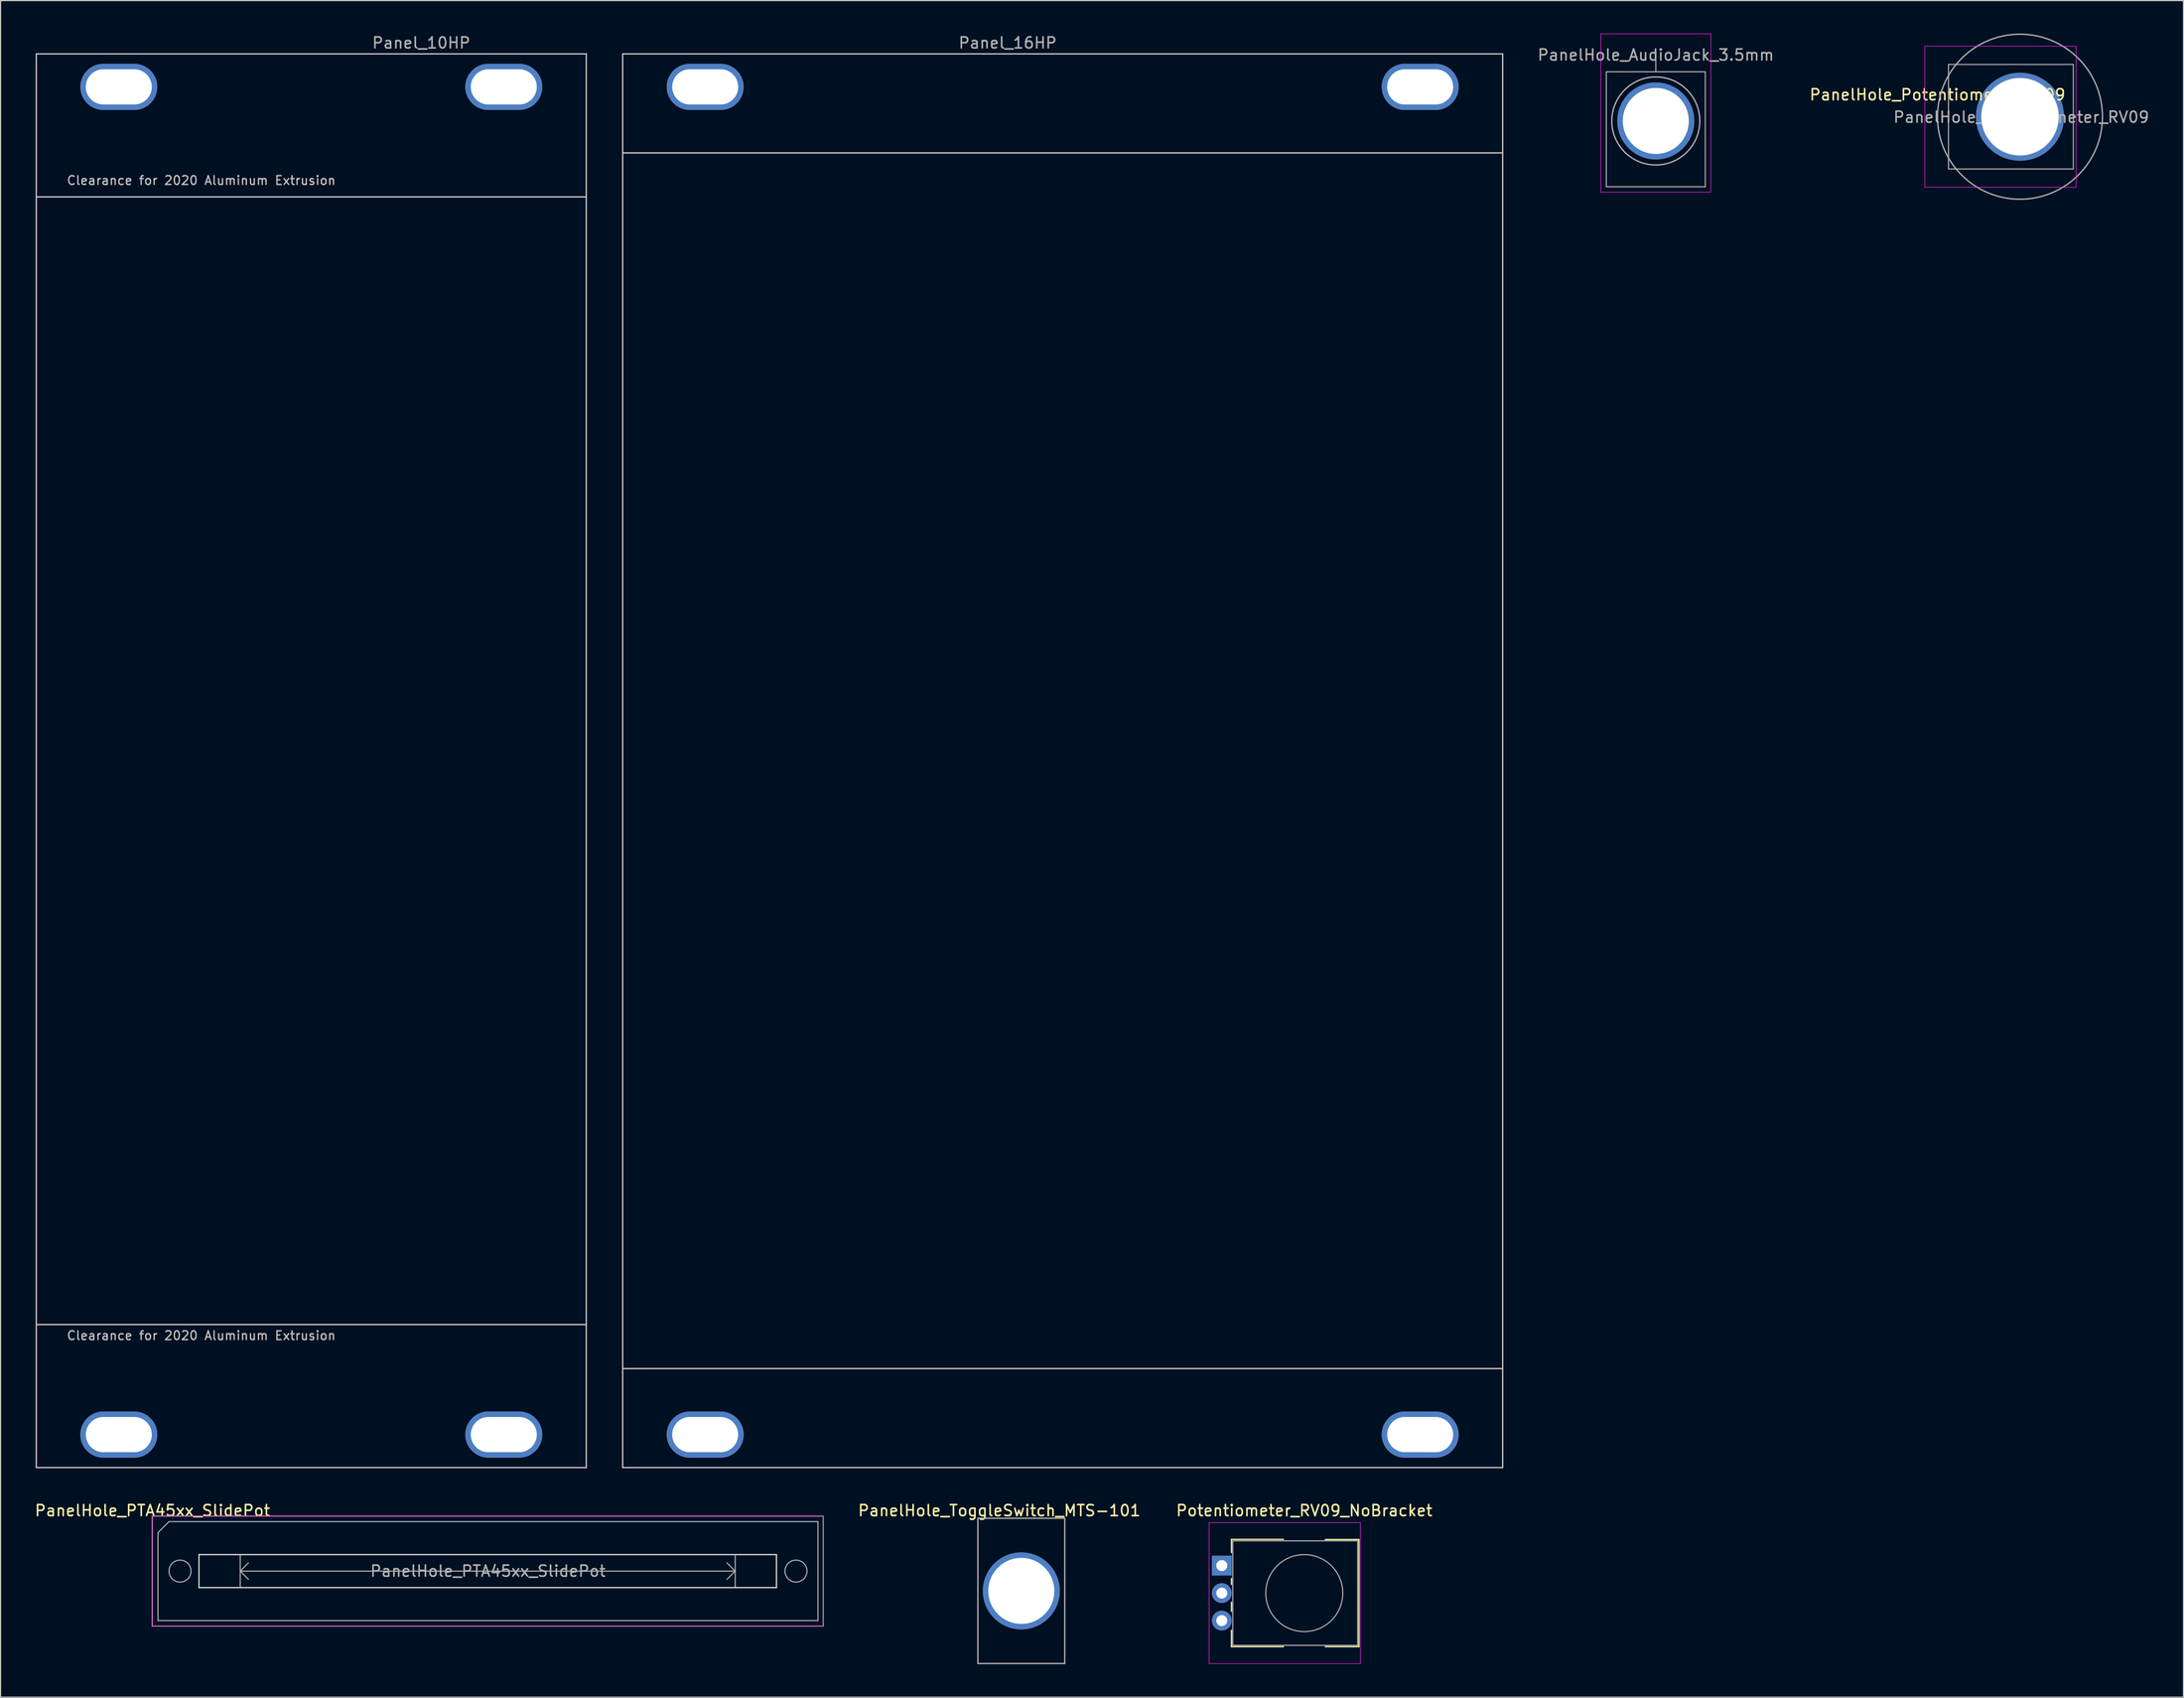
<source format=kicad_pcb>
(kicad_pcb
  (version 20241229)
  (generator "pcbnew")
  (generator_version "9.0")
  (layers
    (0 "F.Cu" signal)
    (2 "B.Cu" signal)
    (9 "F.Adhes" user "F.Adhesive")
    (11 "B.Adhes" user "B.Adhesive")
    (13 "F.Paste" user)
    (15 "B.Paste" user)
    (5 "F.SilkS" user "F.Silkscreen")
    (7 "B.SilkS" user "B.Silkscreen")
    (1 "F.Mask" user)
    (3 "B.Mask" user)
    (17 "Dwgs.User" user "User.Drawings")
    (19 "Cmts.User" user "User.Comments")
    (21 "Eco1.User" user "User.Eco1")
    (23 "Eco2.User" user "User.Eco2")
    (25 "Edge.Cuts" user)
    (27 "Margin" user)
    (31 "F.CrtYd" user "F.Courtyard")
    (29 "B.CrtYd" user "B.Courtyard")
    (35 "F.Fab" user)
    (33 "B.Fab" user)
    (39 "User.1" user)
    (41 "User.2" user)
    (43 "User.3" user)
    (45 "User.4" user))
  (footprint "Potentiometer_RV09_NoBracket"
    (layer "F.Cu")
    (at 108.025 139.256)
    (property "Reference" "Potentiometer_RV09_NoBracket" (at 7.5 -5 0) (layer "F.SilkS") (effects (font (size 1 1) (thickness 0.15))))
    (attr through_hole)
    (fp_line (start 0.88 -2.38) (end 5.6 -2.38) (stroke (width 0.12) (type solid)) (layer "F.SilkS"))
    (fp_line (start 0.88 -1.19) (end 0.88 -2.37) (stroke (width 0.12) (type solid)) (layer "F.SilkS"))
    (fp_line (start 0.88 1.71) (end 0.88 1.18) (stroke (width 0.12) (type solid)) (layer "F.SilkS"))
    (fp_line (start 0.88 4.16) (end 0.88 3.33) (stroke (width 0.12) (type solid)) (layer "F.SilkS"))
    (fp_line (start 0.88 7.37) (end 0.88 5.88) (stroke (width 0.12) (type solid)) (layer "F.SilkS"))
    (fp_line (start 0.88 7.37) (end 5.6 7.37) (stroke (width 0.12) (type solid)) (layer "F.SilkS"))
    (fp_line (start 9.41 -2.37) (end 12.47 -2.37) (stroke (width 0.12) (type solid)) (layer "F.SilkS"))
    (fp_line (start 9.41 7.37) (end 12.47 7.37) (stroke (width 0.12) (type solid)) (layer "F.SilkS"))
    (fp_line (start 12.47 7.37) (end 12.47 -2.37) (stroke (width 0.12) (type solid)) (layer "F.SilkS"))
    (fp_line (start -1.15 -3.91) (end -1.15 8.91) (stroke (width 0.05) (type solid)) (layer "F.CrtYd"))
    (fp_line (start -1.15 8.91) (end 12.6 8.91) (stroke (width 0.05) (type solid)) (layer "F.CrtYd"))
    (fp_line (start 12.6 -3.91) (end -1.15 -3.91) (stroke (width 0.05) (type solid)) (layer "F.CrtYd"))
    (fp_line (start 12.6 8.91) (end 12.6 -3.91) (stroke (width 0.05) (type solid)) (layer "F.CrtYd"))
    (fp_line (start 1 -2.25) (end 12.35 -2.25) (stroke (width 0.1) (type solid)) (layer "F.Fab"))
    (fp_line (start 1 7.25) (end 1 -2.25) (stroke (width 0.1) (type solid)) (layer "F.Fab"))
    (fp_line (start 1 7.25) (end 12.35 7.25) (stroke (width 0.1) (type solid)) (layer "F.Fab"))
    (fp_line (start 12.35 7.25) (end 12.35 -2.25) (stroke (width 0.1) (type solid)) (layer "F.Fab"))
    (fp_circle (center 7.5 2.5) (end 7.5 -1) (stroke (width 0.1) (type solid)) (fill no) (layer "F.Fab"))
    (pad "1" thru_hole rect (at 0 0 90) (size 1.8 1.8) (drill 1) (layers "*.Cu" "*.Mask"))
    (pad "2" thru_hole circle (at 0 2.5 90) (size 1.8 1.8) (drill 1) (layers "*.Cu" "*.Mask"))
    (pad "3" thru_hole circle (at 0 5 90) (size 1.8 1.8) (drill 1) (layers "*.Cu" "*.Mask")))
  (footprint "PanelHole_ToggleSwitch_MTS-101"
    (layer "F.Cu")
    (at 89.799 141.556)
    (property "Reference" "PanelHole_ToggleSwitch_MTS-101" (at -2 -7.3 0) (layer "F.SilkS") (effects (font (size 1 1) (thickness 0.15))))
    (attr through_hole)
    (fp_line (start -3.95 -6.6) (end -3.95 6.6) (stroke (width 0.12) (type solid)) (layer "F.Fab"))
    (fp_line (start 3.95 -6.6) (end -3.95 -6.6) (stroke (width 0.12) (type solid)) (layer "F.Fab"))
    (fp_line (start 3.95 -6.6) (end 3.95 6.6) (stroke (width 0.12) (type solid)) (layer "F.Fab"))
    (fp_line (start 3.95 6.6) (end -3.95 6.6) (stroke (width 0.12) (type solid)) (layer "F.Fab"))
    (pad "1" thru_hole circle (at 0 0 270) (size 7 7) (drill 6) (layers "*.Cu" "*.Mask")))
  (footprint "PanelHole_PTA45xx_SlidePot"
    (layer "F.Cu")
    (at 12.04 138.006)
    (property "Reference" "PanelHole_PTA45xx_SlidePot" (at -1.225 -3.75 0) (unlocked yes) (layer "F.SilkS") (effects (font (size 1 1) (thickness 0.15))))
    (fp_line (start 3 0.25) (end 3 3.25) (stroke (width 0.12) (type solid)) (layer "Edge.Cuts"))
    (fp_line (start 3 3.25) (end 55.5 3.25) (stroke (width 0.12) (type solid)) (layer "Edge.Cuts"))
    (fp_line (start 55.5 0.25) (end 3 0.25) (stroke (width 0.12) (type solid)) (layer "Edge.Cuts"))
    (fp_line (start 55.5 3.25) (end 55.5 0.25) (stroke (width 0.12) (type solid)) (layer "Edge.Cuts"))
    (fp_line (start -1.225 -3.25) (end -1.225 6.75) (stroke (width 0.05) (type solid)) (layer "F.CrtYd"))
    (fp_line (start -1.225 6.75) (end 59.775 6.75) (stroke (width 0.05) (type solid)) (layer "F.CrtYd"))
    (fp_line (start 59.775 -3.25) (end -1.225 -3.25) (stroke (width 0.05) (type solid)) (layer "F.CrtYd"))
    (fp_line (start 59.775 6.75) (end 59.775 -3.25) (stroke (width 0.05) (type solid)) (layer "F.CrtYd"))
    (fp_line (start -1.25 -3.25) (end -1.25 6.75) (stroke (width 0.1) (type solid)) (layer "F.Fab"))
    (fp_line (start -1.25 6.75) (end 59.75 6.75) (stroke (width 0.1) (type solid)) (layer "F.Fab"))
    (fp_line (start -0.725 -1.75) (end 0.275 -2.75) (stroke (width 0.1) (type solid)) (layer "F.Fab"))
    (fp_line (start -0.725 6.25) (end -0.725 -1.75) (stroke (width 0.1) (type solid)) (layer "F.Fab"))
    (fp_line (start 0.275 -2.75) (end 59.275 -2.75) (stroke (width 0.1) (type solid)) (layer "F.Fab"))
    (fp_line (start 6.75 0.25) (end 6.75 3.25) (stroke (width 0.1) (type solid)) (layer "F.Fab"))
    (fp_line (start 6.75 1.75) (end 51.75 1.75) (stroke (width 0.1) (type solid)) (layer "F.Fab"))
    (fp_line (start 7.5 1) (end 6.75 1.75) (stroke (width 0.1) (type solid)) (layer "F.Fab"))
    (fp_line (start 7.5 2.5) (end 6.75 1.75) (stroke (width 0.1) (type solid)) (layer "F.Fab"))
    (fp_line (start 51.75 0.25) (end 51.75 3.25) (stroke (width 0.1) (type solid)) (layer "F.Fab"))
    (fp_line (start 51.75 1.75) (end 51 1) (stroke (width 0.1) (type solid)) (layer "F.Fab"))
    (fp_line (start 51.75 1.75) (end 51 2.5) (stroke (width 0.1) (type solid)) (layer "F.Fab"))
    (fp_line (start 59.275 -2.75) (end 59.275 6.25) (stroke (width 0.1) (type solid)) (layer "F.Fab"))
    (fp_line (start 59.275 6.25) (end -0.725 6.25) (stroke (width 0.1) (type solid)) (layer "F.Fab"))
    (fp_line (start 59.75 -3.25) (end -1.25 -3.25) (stroke (width 0.1) (type solid)) (layer "F.Fab"))
    (fp_line (start 59.75 6.75) (end 59.75 -3.25) (stroke (width 0.1) (type solid)) (layer "F.Fab"))
    (fp_circle (center 1.275 1.75) (end 2.275 1.75) (stroke (width 0.1) (type solid)) (fill no) (layer "F.Fab"))
    (fp_circle (center 57.275 1.75) (end 58.275 1.75) (stroke (width 0.1) (type solid)) (fill no) (layer "F.Fab"))
    (fp_text user "${REFERENCE}" (at 29.275 1.75 0) (layer "F.Fab") (effects (font (size 1 1) (thickness 0.15)))))
  (footprint "PanelHole_AudioJack_3.5mm"
    (layer "F.Cu")
    (at 147.483 1.445)
    (property "Reference" "PanelHole_AudioJack_3.5mm" (at 0 0.5 0) (layer "F.Fab") (effects (font (size 1 1) (thickness 0.15))))
    (attr through_hole)
    (fp_line (start -5 12.98) (end -5 -1.42) (stroke (width 0.05) (type solid)) (layer "F.CrtYd"))
    (fp_line (start 5 -1.42) (end -5 -1.42) (stroke (width 0.05) (type solid)) (layer "F.CrtYd"))
    (fp_line (start 5 12.98) (end -5 12.98) (stroke (width 0.05) (type solid)) (layer "F.CrtYd"))
    (fp_line (start 5 12.98) (end 5 -1.42) (stroke (width 0.05) (type solid)) (layer "F.CrtYd"))
    (fp_line (start -4.5 12.48) (end -4.5 2.08) (stroke (width 0.1) (type solid)) (layer "F.Fab"))
    (fp_line (start 0 0) (end 0 2.03) (stroke (width 0.1) (type solid)) (layer "F.Fab"))
    (fp_line (start 4.5 2.03) (end -4.5 2.03) (stroke (width 0.1) (type solid)) (layer "F.Fab"))
    (fp_line (start 4.5 12.48) (end -4.5 12.48) (stroke (width 0.1) (type solid)) (layer "F.Fab"))
    (fp_line (start 4.5 12.48) (end 4.5 2.08) (stroke (width 0.1) (type solid)) (layer "F.Fab"))
    (fp_circle (center 0 6.5) (end 4 6.5) (stroke (width 0.12) (type solid)) (fill no) (layer "F.Fab"))
    (pad "" thru_hole circle (at 0 6.5 180) (size 7 7) (drill 6) (layers "*.Cu" "*.Mask")))
  (footprint "Panel_16HP"
    (layer "F.Cu")
    (at 53.56 1.848)
    (property "Reference" "Panel_16HP" (at 35 -1 0) (layer "F.Fab") (effects (font (size 1 1) (thickness 0.15))))
    (attr through_hole)
    (fp_line (start 0 0) (end 80 0) (stroke (width 0.12) (type solid)) (layer "Dwgs.User"))
    (fp_line (start 0 9) (end 80 9) (stroke (width 0.12) (type solid)) (layer "Dwgs.User"))
    (fp_line (start 0 119.5) (end 80 119.5) (stroke (width 0.12) (type solid)) (layer "Dwgs.User"))
    (fp_line (start 0 128.5) (end 0 0) (stroke (width 0.12) (type solid)) (layer "Dwgs.User"))
    (fp_line (start 80 0) (end 80 128.5) (stroke (width 0.12) (type solid)) (layer "Dwgs.User"))
    (fp_line (start 80 128.5) (end 0 128.5) (stroke (width 0.12) (type solid)) (layer "Dwgs.User"))
    (pad "" thru_hole oval (at 7.5 3) (size 7 4.2) (drill oval 6 3.2) (layers "*.Cu" "*.Mask"))
    (pad "" thru_hole oval (at 7.5 125.5) (size 7 4.2) (drill oval 6 3.2) (layers "*.Cu" "*.Mask"))
    (pad "" thru_hole oval (at 72.5 3) (size 7 4.2) (drill oval 6 3.2) (layers "*.Cu" "*.Mask"))
    (pad "" thru_hole oval (at 72.5 125.5) (size 7 4.2) (drill oval 6 3.2) (layers "*.Cu" "*.Mask")))
  (footprint "PanelHole_Potentiometer_RV09"
    (layer "F.Cu")
    (at 173.09 5.06)
    (property "Reference" "PanelHole_Potentiometer_RV09" (at 0 0.5 0) (layer "F.SilkS") (effects (font (size 1 1) (thickness 0.15))))
    (attr through_hole)
    (fp_line (start -1.15 -3.91) (end -1.15 8.91) (stroke (width 0.05) (type solid)) (layer "F.CrtYd"))
    (fp_line (start -1.15 8.91) (end 12.6 8.91) (stroke (width 0.05) (type solid)) (layer "F.CrtYd"))
    (fp_line (start 12.6 -3.91) (end -1.15 -3.91) (stroke (width 0.05) (type solid)) (layer "F.CrtYd"))
    (fp_line (start 12.6 8.91) (end 12.6 -3.91) (stroke (width 0.05) (type solid)) (layer "F.CrtYd"))
    (fp_line (start 1 -2.25) (end 12.35 -2.25) (stroke (width 0.1) (type solid)) (layer "F.Fab"))
    (fp_line (start 1 7.25) (end 1 -2.25) (stroke (width 0.1) (type solid)) (layer "F.Fab"))
    (fp_line (start 1 7.25) (end 12.35 7.25) (stroke (width 0.1) (type solid)) (layer "F.Fab"))
    (fp_line (start 12.35 7.25) (end 12.35 -2.25) (stroke (width 0.1) (type solid)) (layer "F.Fab"))
    (fp_circle (center 7.5 2.5) (end 7.5 -1) (stroke (width 0.1) (type solid)) (fill no) (layer "F.Fab"))
    (fp_circle (center 7.5 2.5) (end 15 2.5) (stroke (width 0.12) (type solid)) (fill no) (layer "F.Fab"))
    (fp_text user "${REFERENCE}" (at 7.62 2.54 0) (layer "F.Fab") (effects (font (size 1 1) (thickness 0.15))))
    (pad "" thru_hole circle (at 7.5 2.5 90) (size 8 8) (drill 7) (layers "*.Cu" "*.Mask")))
  (footprint "Panel_10HP"
    (layer "F.Cu")
    (at 0.25 1.848)
    (property "Reference" "Panel_10HP" (at 35 -1 0) (layer "F.Fab") (effects (font (size 1 1) (thickness 0.15))))
    (attr through_hole)
    (fp_line (start 0 0) (end 50 0) (stroke (width 0.12) (type solid)) (layer "Dwgs.User"))
    (fp_line (start 0 13) (end 50 13) (stroke (width 0.12) (type solid)) (layer "Dwgs.User"))
    (fp_line (start 0 115.5) (end 50 115.5) (stroke (width 0.12) (type solid)) (layer "Dwgs.User"))
    (fp_line (start 0 128.5) (end 0 0) (stroke (width 0.12) (type solid)) (layer "Dwgs.User"))
    (fp_line (start 50 0) (end 50 128.5) (stroke (width 0.12) (type solid)) (layer "Dwgs.User"))
    (fp_line (start 50 128.5) (end 0 128.5) (stroke (width 0.12) (type solid)) (layer "Dwgs.User"))
    (fp_text user "Clearance for 2020 Aluminum Extrusion" (at 15 11.5 0) (layer "Dwgs.User") (effects (font (size 0.8 0.8) (thickness 0.12))))
    (fp_text user "Clearance for 2020 Aluminum Extrusion" (at 15 116.5 0) (layer "Dwgs.User") (effects (font (size 0.8 0.8) (thickness 0.12))))
    (pad "" thru_hole oval (at 7.5 3) (size 7 4.2) (drill oval 6 3.2) (layers "*.Cu" "*.Mask"))
    (pad "" thru_hole oval (at 7.5 125.5) (size 7 4.2) (drill oval 6 3.2) (layers "*.Cu" "*.Mask"))
    (pad "" thru_hole oval (at 42.5 3) (size 7 4.2) (drill oval 6 3.2) (layers "*.Cu" "*.Mask"))
    (pad "" thru_hole oval (at 42.5 125.5) (size 7 4.2) (drill oval 6 3.2) (layers "*.Cu" "*.Mask")))
  (gr_rect
    (start -3 -3)
    (end 195.454 151.216)
    (stroke (width 0.1) (type default))
    (fill no)
    (layer "Edge.Cuts")))
</source>
